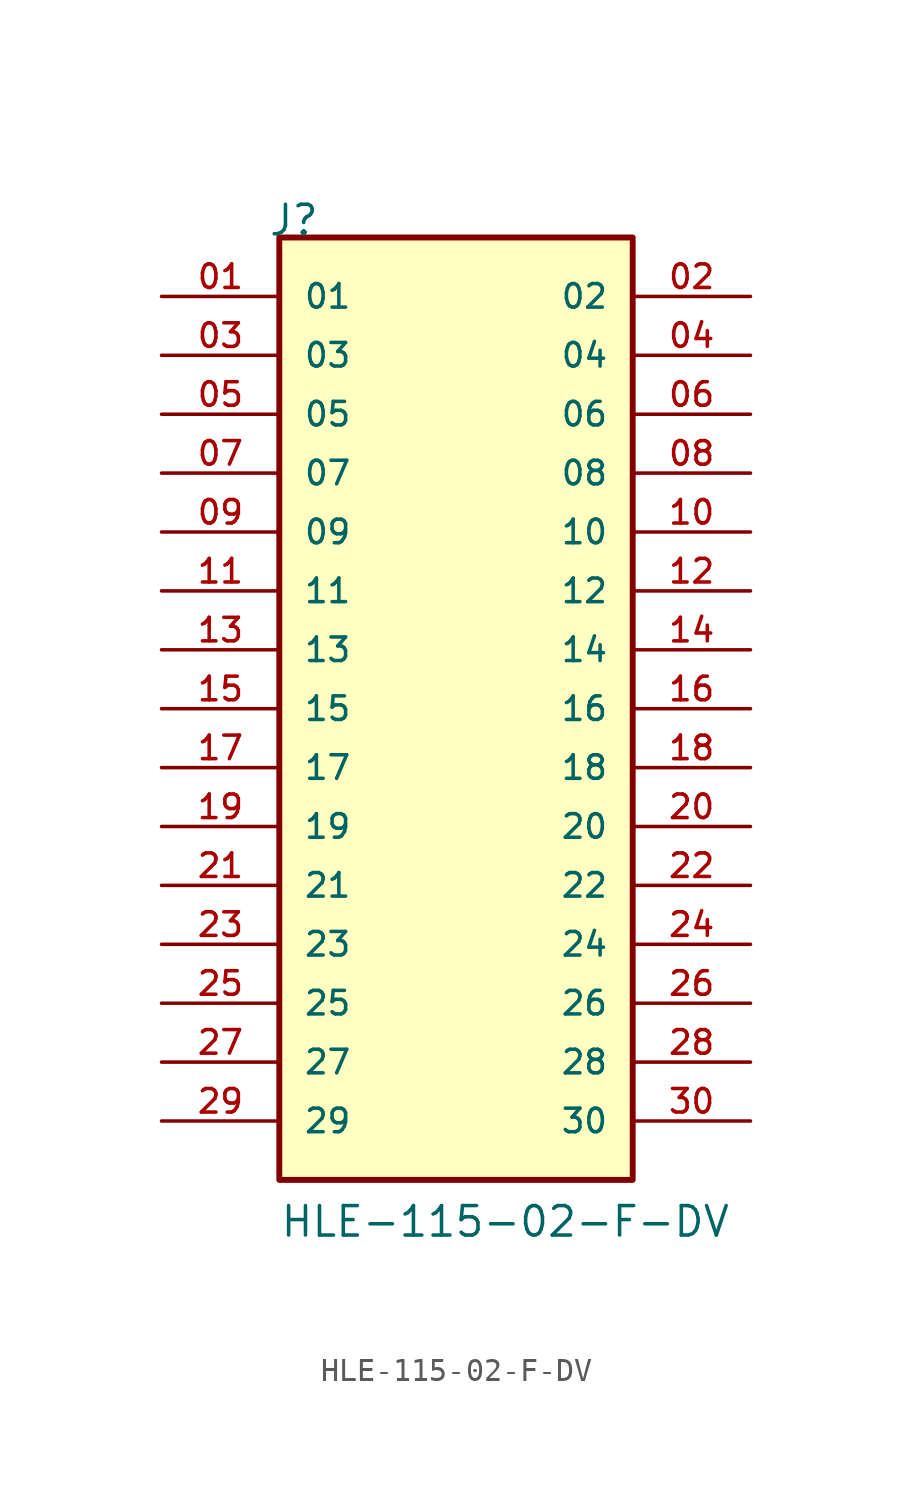
<source format=kicad_sym>
(kicad_symbol_lib
  (version 20211014)
  (generator kicad_symbol_editor)
  (symbol "HLE-115-02-F-DV"
    (pin_names
      (offset 1.016))
    (property "Reference" "J"
      (at -8.12 20.32 0)
      (effects (font (size 1.27 1.27)) (justify bottom left)))
    (property "Value" "HLE-115-02-F-DV"
      (at -7.62 -22.86 0)
      (effects (font (size 1.27 1.27)) (justify bottom left)))
    (symbol "HLE-115-02-F-DV_0_0"
      (rectangle (start -7.62 -20.32) (end 7.62 20.32) (stroke (width 0.254)) (fill (type background)))
      (pin passive line (at -12.7 17.78 0) (length 5.08) (name "01" (effects (font (size 1.016 1.016)))) (number "01" (effects (font (size 1.016 1.016)))))
      (pin passive line (at 12.7 17.78 180.0) (length 5.08) (name "02" (effects (font (size 1.016 1.016)))) (number "02" (effects (font (size 1.016 1.016)))))
      (pin passive line (at -12.7 15.24 0) (length 5.08) (name "03" (effects (font (size 1.016 1.016)))) (number "03" (effects (font (size 1.016 1.016)))))
      (pin passive line (at 12.7 15.24 180.0) (length 5.08) (name "04" (effects (font (size 1.016 1.016)))) (number "04" (effects (font (size 1.016 1.016)))))
      (pin passive line (at -12.7 12.7 0) (length 5.08) (name "05" (effects (font (size 1.016 1.016)))) (number "05" (effects (font (size 1.016 1.016)))))
      (pin passive line (at 12.7 12.7 180.0) (length 5.08) (name "06" (effects (font (size 1.016 1.016)))) (number "06" (effects (font (size 1.016 1.016)))))
      (pin passive line (at -12.7 10.16 0) (length 5.08) (name "07" (effects (font (size 1.016 1.016)))) (number "07" (effects (font (size 1.016 1.016)))))
      (pin passive line (at 12.7 10.16 180.0) (length 5.08) (name "08" (effects (font (size 1.016 1.016)))) (number "08" (effects (font (size 1.016 1.016)))))
      (pin passive line (at -12.7 7.62 0) (length 5.08) (name "09" (effects (font (size 1.016 1.016)))) (number "09" (effects (font (size 1.016 1.016)))))
      (pin passive line (at 12.7 7.62 180.0) (length 5.08) (name "10" (effects (font (size 1.016 1.016)))) (number "10" (effects (font (size 1.016 1.016)))))
      (pin passive line (at -12.7 5.08 0) (length 5.08) (name "11" (effects (font (size 1.016 1.016)))) (number "11" (effects (font (size 1.016 1.016)))))
      (pin passive line (at 12.7 5.08 180.0) (length 5.08) (name "12" (effects (font (size 1.016 1.016)))) (number "12" (effects (font (size 1.016 1.016)))))
      (pin passive line (at -12.7 2.54 0) (length 5.08) (name "13" (effects (font (size 1.016 1.016)))) (number "13" (effects (font (size 1.016 1.016)))))
      (pin passive line (at 12.7 2.54 180.0) (length 5.08) (name "14" (effects (font (size 1.016 1.016)))) (number "14" (effects (font (size 1.016 1.016)))))
      (pin passive line (at -12.7 0.0 0) (length 5.08) (name "15" (effects (font (size 1.016 1.016)))) (number "15" (effects (font (size 1.016 1.016)))))
      (pin passive line (at 12.7 0.0 180.0) (length 5.08) (name "16" (effects (font (size 1.016 1.016)))) (number "16" (effects (font (size 1.016 1.016)))))
      (pin passive line (at -12.7 -2.54 0) (length 5.08) (name "17" (effects (font (size 1.016 1.016)))) (number "17" (effects (font (size 1.016 1.016)))))
      (pin passive line (at 12.7 -2.54 180.0) (length 5.08) (name "18" (effects (font (size 1.016 1.016)))) (number "18" (effects (font (size 1.016 1.016)))))
      (pin passive line (at -12.7 -5.08 0) (length 5.08) (name "19" (effects (font (size 1.016 1.016)))) (number "19" (effects (font (size 1.016 1.016)))))
      (pin passive line (at 12.7 -5.08 180.0) (length 5.08) (name "20" (effects (font (size 1.016 1.016)))) (number "20" (effects (font (size 1.016 1.016)))))
      (pin passive line (at -12.7 -7.62 0) (length 5.08) (name "21" (effects (font (size 1.016 1.016)))) (number "21" (effects (font (size 1.016 1.016)))))
      (pin passive line (at 12.7 -7.62 180.0) (length 5.08) (name "22" (effects (font (size 1.016 1.016)))) (number "22" (effects (font (size 1.016 1.016)))))
      (pin passive line (at -12.7 -10.16 0) (length 5.08) (name "23" (effects (font (size 1.016 1.016)))) (number "23" (effects (font (size 1.016 1.016)))))
      (pin passive line (at 12.7 -10.16 180.0) (length 5.08) (name "24" (effects (font (size 1.016 1.016)))) (number "24" (effects (font (size 1.016 1.016)))))
      (pin passive line (at -12.7 -12.7 0) (length 5.08) (name "25" (effects (font (size 1.016 1.016)))) (number "25" (effects (font (size 1.016 1.016)))))
      (pin passive line (at 12.7 -12.7 180.0) (length 5.08) (name "26" (effects (font (size 1.016 1.016)))) (number "26" (effects (font (size 1.016 1.016)))))
      (pin passive line (at -12.7 -15.24 0) (length 5.08) (name "27" (effects (font (size 1.016 1.016)))) (number "27" (effects (font (size 1.016 1.016)))))
      (pin passive line (at 12.7 -15.24 180.0) (length 5.08) (name "28" (effects (font (size 1.016 1.016)))) (number "28" (effects (font (size 1.016 1.016)))))
      (pin passive line (at -12.7 -17.78 0) (length 5.08) (name "29" (effects (font (size 1.016 1.016)))) (number "29" (effects (font (size 1.016 1.016)))))
      (pin passive line (at 12.7 -17.78 180.0) (length 5.08) (name "30" (effects (font (size 1.016 1.016)))) (number "30" (effects (font (size 1.016 1.016))))))))
</source>
